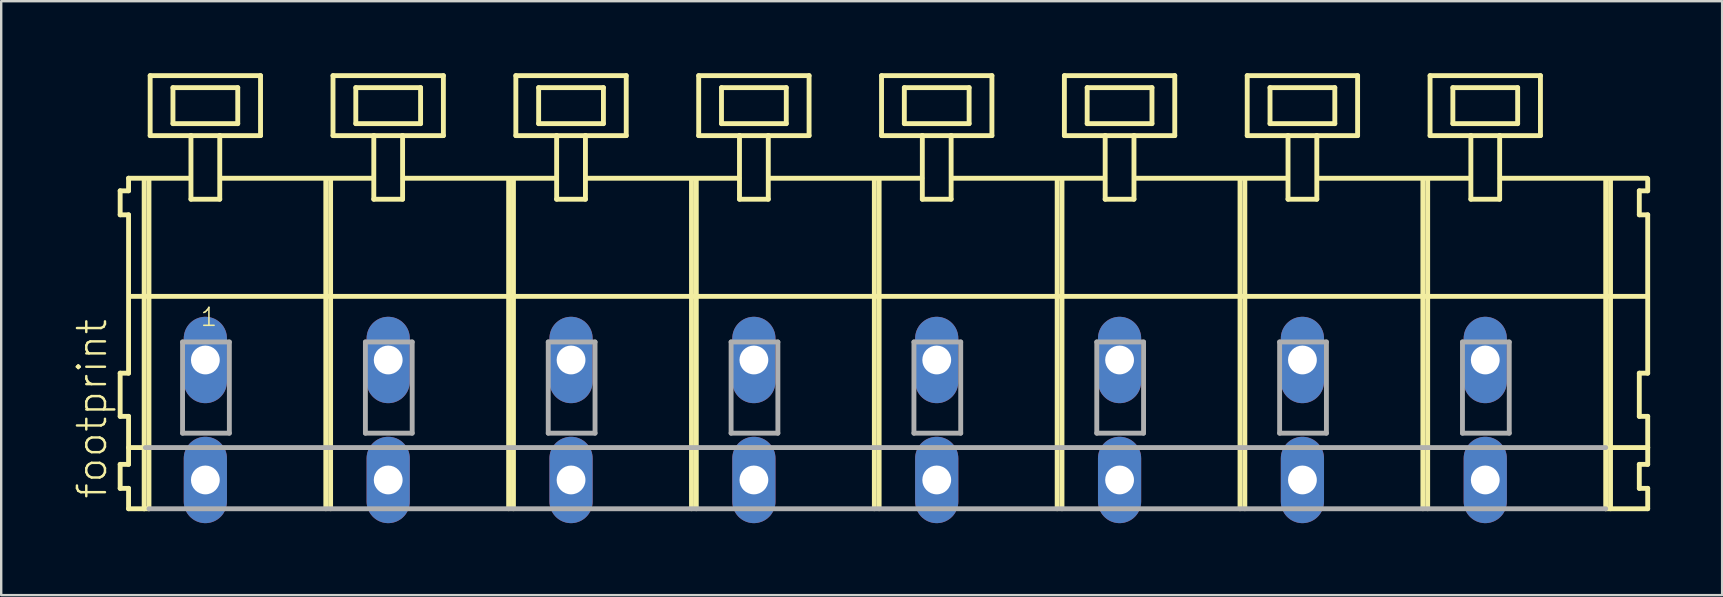
<source format=kicad_pcb>
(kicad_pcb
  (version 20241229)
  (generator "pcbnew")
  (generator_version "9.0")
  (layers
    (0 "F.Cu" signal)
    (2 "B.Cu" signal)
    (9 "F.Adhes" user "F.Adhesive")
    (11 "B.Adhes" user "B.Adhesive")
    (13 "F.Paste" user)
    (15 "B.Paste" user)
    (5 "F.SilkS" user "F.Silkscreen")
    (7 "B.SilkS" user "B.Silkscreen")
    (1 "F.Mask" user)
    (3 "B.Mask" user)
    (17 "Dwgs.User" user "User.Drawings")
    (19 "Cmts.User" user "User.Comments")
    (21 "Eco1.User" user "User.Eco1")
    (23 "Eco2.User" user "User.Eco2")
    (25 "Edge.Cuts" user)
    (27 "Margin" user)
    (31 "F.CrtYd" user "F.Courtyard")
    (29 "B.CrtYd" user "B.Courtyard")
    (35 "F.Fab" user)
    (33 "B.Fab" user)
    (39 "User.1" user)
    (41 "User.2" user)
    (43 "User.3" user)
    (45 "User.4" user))
  (footprint "footprint"
    (layer "F.Cu")
    (at 33.448 11.952)
    (property "Reference" "footprint" (at -31.975 5.855 90) (layer "F.SilkS") (effects (font (size 1.168 1.168) (thickness 0.102)) (justify left bottom)))
    (fp_line (start -31.49 -7.05) (end -31.49 -6.05) (stroke (width 0.203) (type solid)) (layer "F.SilkS"))
    (fp_line (start -31.49 -6.05) (end -31.14 -6.05) (stroke (width 0.203) (type solid)) (layer "F.SilkS"))
    (fp_line (start -31.49 0.55) (end -31.49 2.35) (stroke (width 0.203) (type solid)) (layer "F.SilkS"))
    (fp_line (start -31.49 2.35) (end -31.14 2.35) (stroke (width 0.203) (type solid)) (layer "F.SilkS"))
    (fp_line (start -31.49 4.35) (end -31.49 5.35) (stroke (width 0.203) (type solid)) (layer "F.SilkS"))
    (fp_line (start -31.49 5.35) (end -31.14 5.35) (stroke (width 0.203) (type solid)) (layer "F.SilkS"))
    (fp_line (start -31.14 -7.575) (end -31.14 -7.05) (stroke (width 0.203) (type solid)) (layer "F.SilkS"))
    (fp_line (start -31.14 -7.575) (end -28.565 -7.575) (stroke (width 0.203) (type solid)) (layer "F.SilkS"))
    (fp_line (start -31.14 -7.05) (end -31.49 -7.05) (stroke (width 0.203) (type solid)) (layer "F.SilkS"))
    (fp_line (start -31.14 -6.05) (end -31.14 0.55) (stroke (width 0.203) (type solid)) (layer "F.SilkS"))
    (fp_line (start -31.14 0.55) (end -31.49 0.55) (stroke (width 0.203) (type solid)) (layer "F.SilkS"))
    (fp_line (start -31.14 2.35) (end -31.14 4.35) (stroke (width 0.203) (type solid)) (layer "F.SilkS"))
    (fp_line (start -31.14 3.65) (end -30.44 3.65) (stroke (width 0.203) (type solid)) (layer "F.SilkS"))
    (fp_line (start -31.14 4.35) (end -31.49 4.35) (stroke (width 0.203) (type solid)) (layer "F.SilkS"))
    (fp_line (start -31.14 5.35) (end -31.14 6.2) (stroke (width 0.203) (type solid)) (layer "F.SilkS"))
    (fp_line (start -31.14 6.2) (end -30.49 6.2) (stroke (width 0.203) (type solid)) (layer "F.SilkS"))
    (fp_line (start -31.09 -2.65) (end 32.12 -2.65) (stroke (width 0.203) (type solid)) (layer "F.SilkS"))
    (fp_line (start -30.49 -7.55) (end -30.49 6.2) (stroke (width 0.203) (type solid)) (layer "F.SilkS"))
    (fp_line (start -30.49 6.2) (end -30.29 6.2) (stroke (width 0.203) (type solid)) (layer "F.SilkS"))
    (fp_line (start -30.29 -7.55) (end -30.29 6.2) (stroke (width 0.203) (type solid)) (layer "F.SilkS"))
    (fp_line (start -30.24 -11.85) (end -30.24 -9.35) (stroke (width 0.203) (type solid)) (layer "F.SilkS"))
    (fp_line (start -30.24 -9.35) (end -28.54 -9.35) (stroke (width 0.203) (type solid)) (layer "F.SilkS"))
    (fp_line (start -29.29 -11.35) (end -29.29 -9.85) (stroke (width 0.203) (type solid)) (layer "F.SilkS"))
    (fp_line (start -29.29 -9.85) (end -26.59 -9.85) (stroke (width 0.203) (type solid)) (layer "F.SilkS"))
    (fp_line (start -28.54 -9.35) (end -28.54 -6.7) (stroke (width 0.203) (type solid)) (layer "F.SilkS"))
    (fp_line (start -28.54 -9.35) (end -27.34 -9.35) (stroke (width 0.203) (type solid)) (layer "F.SilkS"))
    (fp_line (start -28.54 -6.7) (end -27.34 -6.7) (stroke (width 0.203) (type solid)) (layer "F.SilkS"))
    (fp_line (start -27.34 -9.35) (end -25.64 -9.35) (stroke (width 0.203) (type solid)) (layer "F.SilkS"))
    (fp_line (start -27.34 -6.7) (end -27.34 -9.35) (stroke (width 0.203) (type solid)) (layer "F.SilkS"))
    (fp_line (start -27.315 -7.575) (end -20.941 -7.575) (stroke (width 0.203) (type solid)) (layer "F.SilkS"))
    (fp_line (start -26.59 -11.35) (end -29.29 -11.35) (stroke (width 0.203) (type solid)) (layer "F.SilkS"))
    (fp_line (start -26.59 -9.85) (end -26.59 -11.35) (stroke (width 0.203) (type solid)) (layer "F.SilkS"))
    (fp_line (start -25.64 -11.85) (end -30.24 -11.85) (stroke (width 0.203) (type solid)) (layer "F.SilkS"))
    (fp_line (start -25.64 -9.35) (end -25.64 -11.85) (stroke (width 0.203) (type solid)) (layer "F.SilkS"))
    (fp_line (start -22.92 -7.55) (end -22.92 6.2) (stroke (width 0.203) (type solid)) (layer "F.SilkS"))
    (fp_line (start -22.72 -7.55) (end -22.72 6.2) (stroke (width 0.203) (type solid)) (layer "F.SilkS"))
    (fp_line (start -22.62 -11.85) (end -22.62 -9.35) (stroke (width 0.203) (type solid)) (layer "F.SilkS"))
    (fp_line (start -22.62 -9.35) (end -20.92 -9.35) (stroke (width 0.203) (type solid)) (layer "F.SilkS"))
    (fp_line (start -21.67 -11.35) (end -21.67 -9.85) (stroke (width 0.203) (type solid)) (layer "F.SilkS"))
    (fp_line (start -21.67 -9.85) (end -18.97 -9.85) (stroke (width 0.203) (type solid)) (layer "F.SilkS"))
    (fp_line (start -20.92 -9.35) (end -20.92 -6.7) (stroke (width 0.203) (type solid)) (layer "F.SilkS"))
    (fp_line (start -20.92 -9.35) (end -19.72 -9.35) (stroke (width 0.203) (type solid)) (layer "F.SilkS"))
    (fp_line (start -20.92 -6.7) (end -19.72 -6.7) (stroke (width 0.203) (type solid)) (layer "F.SilkS"))
    (fp_line (start -19.72 -9.35) (end -18.02 -9.35) (stroke (width 0.203) (type solid)) (layer "F.SilkS"))
    (fp_line (start -19.72 -6.7) (end -19.72 -9.35) (stroke (width 0.203) (type solid)) (layer "F.SilkS"))
    (fp_line (start -19.695 -7.575) (end -13.321 -7.575) (stroke (width 0.203) (type solid)) (layer "F.SilkS"))
    (fp_line (start -18.97 -11.35) (end -21.67 -11.35) (stroke (width 0.203) (type solid)) (layer "F.SilkS"))
    (fp_line (start -18.97 -9.85) (end -18.97 -11.35) (stroke (width 0.203) (type solid)) (layer "F.SilkS"))
    (fp_line (start -18.02 -11.85) (end -22.62 -11.85) (stroke (width 0.203) (type solid)) (layer "F.SilkS"))
    (fp_line (start -18.02 -9.35) (end -18.02 -11.85) (stroke (width 0.203) (type solid)) (layer "F.SilkS"))
    (fp_line (start -15.3 -7.55) (end -15.3 6.2) (stroke (width 0.203) (type solid)) (layer "F.SilkS"))
    (fp_line (start -15.1 -7.55) (end -15.1 6.2) (stroke (width 0.203) (type solid)) (layer "F.SilkS"))
    (fp_line (start -15 -11.85) (end -15 -9.35) (stroke (width 0.203) (type solid)) (layer "F.SilkS"))
    (fp_line (start -15 -9.35) (end -13.3 -9.35) (stroke (width 0.203) (type solid)) (layer "F.SilkS"))
    (fp_line (start -14.05 -11.35) (end -14.05 -9.85) (stroke (width 0.203) (type solid)) (layer "F.SilkS"))
    (fp_line (start -14.05 -9.85) (end -11.35 -9.85) (stroke (width 0.203) (type solid)) (layer "F.SilkS"))
    (fp_line (start -13.3 -9.35) (end -13.3 -6.7) (stroke (width 0.203) (type solid)) (layer "F.SilkS"))
    (fp_line (start -13.3 -9.35) (end -12.1 -9.35) (stroke (width 0.203) (type solid)) (layer "F.SilkS"))
    (fp_line (start -13.3 -6.7) (end -12.1 -6.7) (stroke (width 0.203) (type solid)) (layer "F.SilkS"))
    (fp_line (start -12.1 -9.35) (end -10.4 -9.35) (stroke (width 0.203) (type solid)) (layer "F.SilkS"))
    (fp_line (start -12.1 -6.7) (end -12.1 -9.35) (stroke (width 0.203) (type solid)) (layer "F.SilkS"))
    (fp_line (start -12.075 -7.575) (end -5.701 -7.575) (stroke (width 0.203) (type solid)) (layer "F.SilkS"))
    (fp_line (start -11.35 -11.35) (end -14.05 -11.35) (stroke (width 0.203) (type solid)) (layer "F.SilkS"))
    (fp_line (start -11.35 -9.85) (end -11.35 -11.35) (stroke (width 0.203) (type solid)) (layer "F.SilkS"))
    (fp_line (start -10.4 -11.85) (end -15 -11.85) (stroke (width 0.203) (type solid)) (layer "F.SilkS"))
    (fp_line (start -10.4 -9.35) (end -10.4 -11.85) (stroke (width 0.203) (type solid)) (layer "F.SilkS"))
    (fp_line (start -7.68 -7.55) (end -7.68 6.2) (stroke (width 0.203) (type solid)) (layer "F.SilkS"))
    (fp_line (start -7.48 -7.55) (end -7.48 6.2) (stroke (width 0.203) (type solid)) (layer "F.SilkS"))
    (fp_line (start -7.38 -11.85) (end -7.38 -9.35) (stroke (width 0.203) (type solid)) (layer "F.SilkS"))
    (fp_line (start -7.38 -9.35) (end -5.68 -9.35) (stroke (width 0.203) (type solid)) (layer "F.SilkS"))
    (fp_line (start -6.43 -11.35) (end -6.43 -9.85) (stroke (width 0.203) (type solid)) (layer "F.SilkS"))
    (fp_line (start -6.43 -9.85) (end -3.73 -9.85) (stroke (width 0.203) (type solid)) (layer "F.SilkS"))
    (fp_line (start -5.68 -9.35) (end -5.68 -6.7) (stroke (width 0.203) (type solid)) (layer "F.SilkS"))
    (fp_line (start -5.68 -9.35) (end -4.48 -9.35) (stroke (width 0.203) (type solid)) (layer "F.SilkS"))
    (fp_line (start -5.68 -6.7) (end -4.48 -6.7) (stroke (width 0.203) (type solid)) (layer "F.SilkS"))
    (fp_line (start -4.48 -9.35) (end -2.78 -9.35) (stroke (width 0.203) (type solid)) (layer "F.SilkS"))
    (fp_line (start -4.48 -6.7) (end -4.48 -9.35) (stroke (width 0.203) (type solid)) (layer "F.SilkS"))
    (fp_line (start -4.455 -7.575) (end 1.919 -7.575) (stroke (width 0.203) (type solid)) (layer "F.SilkS"))
    (fp_line (start -3.73 -11.35) (end -6.43 -11.35) (stroke (width 0.203) (type solid)) (layer "F.SilkS"))
    (fp_line (start -3.73 -9.85) (end -3.73 -11.35) (stroke (width 0.203) (type solid)) (layer "F.SilkS"))
    (fp_line (start -2.78 -11.85) (end -7.38 -11.85) (stroke (width 0.203) (type solid)) (layer "F.SilkS"))
    (fp_line (start -2.78 -9.35) (end -2.78 -11.85) (stroke (width 0.203) (type solid)) (layer "F.SilkS"))
    (fp_line (start -0.06 -7.55) (end -0.06 6.2) (stroke (width 0.203) (type solid)) (layer "F.SilkS"))
    (fp_line (start 0.14 -7.55) (end 0.14 6.2) (stroke (width 0.203) (type solid)) (layer "F.SilkS"))
    (fp_line (start 0.24 -11.85) (end 0.24 -9.35) (stroke (width 0.203) (type solid)) (layer "F.SilkS"))
    (fp_line (start 0.24 -9.35) (end 1.94 -9.35) (stroke (width 0.203) (type solid)) (layer "F.SilkS"))
    (fp_line (start 1.19 -11.35) (end 1.19 -9.85) (stroke (width 0.203) (type solid)) (layer "F.SilkS"))
    (fp_line (start 1.19 -9.85) (end 3.89 -9.85) (stroke (width 0.203) (type solid)) (layer "F.SilkS"))
    (fp_line (start 1.94 -9.35) (end 1.94 -6.7) (stroke (width 0.203) (type solid)) (layer "F.SilkS"))
    (fp_line (start 1.94 -9.35) (end 3.14 -9.35) (stroke (width 0.203) (type solid)) (layer "F.SilkS"))
    (fp_line (start 1.94 -6.7) (end 3.14 -6.7) (stroke (width 0.203) (type solid)) (layer "F.SilkS"))
    (fp_line (start 3.14 -9.35) (end 4.84 -9.35) (stroke (width 0.203) (type solid)) (layer "F.SilkS"))
    (fp_line (start 3.14 -6.7) (end 3.14 -9.35) (stroke (width 0.203) (type solid)) (layer "F.SilkS"))
    (fp_line (start 3.165 -7.575) (end 9.539 -7.575) (stroke (width 0.203) (type solid)) (layer "F.SilkS"))
    (fp_line (start 3.89 -11.35) (end 1.19 -11.35) (stroke (width 0.203) (type solid)) (layer "F.SilkS"))
    (fp_line (start 3.89 -9.85) (end 3.89 -11.35) (stroke (width 0.203) (type solid)) (layer "F.SilkS"))
    (fp_line (start 4.84 -11.85) (end 0.24 -11.85) (stroke (width 0.203) (type solid)) (layer "F.SilkS"))
    (fp_line (start 4.84 -9.35) (end 4.84 -11.85) (stroke (width 0.203) (type solid)) (layer "F.SilkS"))
    (fp_line (start 7.56 -7.55) (end 7.56 6.2) (stroke (width 0.203) (type solid)) (layer "F.SilkS"))
    (fp_line (start 7.76 -7.55) (end 7.76 6.2) (stroke (width 0.203) (type solid)) (layer "F.SilkS"))
    (fp_line (start 7.86 -11.85) (end 7.86 -9.35) (stroke (width 0.203) (type solid)) (layer "F.SilkS"))
    (fp_line (start 7.86 -9.35) (end 9.56 -9.35) (stroke (width 0.203) (type solid)) (layer "F.SilkS"))
    (fp_line (start 8.81 -11.35) (end 8.81 -9.85) (stroke (width 0.203) (type solid)) (layer "F.SilkS"))
    (fp_line (start 8.81 -9.85) (end 11.51 -9.85) (stroke (width 0.203) (type solid)) (layer "F.SilkS"))
    (fp_line (start 9.56 -9.35) (end 9.56 -6.7) (stroke (width 0.203) (type solid)) (layer "F.SilkS"))
    (fp_line (start 9.56 -9.35) (end 10.76 -9.35) (stroke (width 0.203) (type solid)) (layer "F.SilkS"))
    (fp_line (start 9.56 -6.7) (end 10.76 -6.7) (stroke (width 0.203) (type solid)) (layer "F.SilkS"))
    (fp_line (start 10.76 -9.35) (end 12.46 -9.35) (stroke (width 0.203) (type solid)) (layer "F.SilkS"))
    (fp_line (start 10.76 -6.7) (end 10.76 -9.35) (stroke (width 0.203) (type solid)) (layer "F.SilkS"))
    (fp_line (start 10.785 -7.575) (end 17.159 -7.575) (stroke (width 0.203) (type solid)) (layer "F.SilkS"))
    (fp_line (start 11.51 -11.35) (end 8.81 -11.35) (stroke (width 0.203) (type solid)) (layer "F.SilkS"))
    (fp_line (start 11.51 -9.85) (end 11.51 -11.35) (stroke (width 0.203) (type solid)) (layer "F.SilkS"))
    (fp_line (start 12.46 -11.85) (end 7.86 -11.85) (stroke (width 0.203) (type solid)) (layer "F.SilkS"))
    (fp_line (start 12.46 -9.35) (end 12.46 -11.85) (stroke (width 0.203) (type solid)) (layer "F.SilkS"))
    (fp_line (start 15.18 -7.55) (end 15.18 6.2) (stroke (width 0.203) (type solid)) (layer "F.SilkS"))
    (fp_line (start 15.38 -7.55) (end 15.38 6.2) (stroke (width 0.203) (type solid)) (layer "F.SilkS"))
    (fp_line (start 15.48 -11.85) (end 15.48 -9.35) (stroke (width 0.203) (type solid)) (layer "F.SilkS"))
    (fp_line (start 15.48 -9.35) (end 17.18 -9.35) (stroke (width 0.203) (type solid)) (layer "F.SilkS"))
    (fp_line (start 16.43 -11.35) (end 16.43 -9.85) (stroke (width 0.203) (type solid)) (layer "F.SilkS"))
    (fp_line (start 16.43 -9.85) (end 19.13 -9.85) (stroke (width 0.203) (type solid)) (layer "F.SilkS"))
    (fp_line (start 17.18 -9.35) (end 17.18 -6.7) (stroke (width 0.203) (type solid)) (layer "F.SilkS"))
    (fp_line (start 17.18 -9.35) (end 18.38 -9.35) (stroke (width 0.203) (type solid)) (layer "F.SilkS"))
    (fp_line (start 17.18 -6.7) (end 18.38 -6.7) (stroke (width 0.203) (type solid)) (layer "F.SilkS"))
    (fp_line (start 18.38 -9.35) (end 20.08 -9.35) (stroke (width 0.203) (type solid)) (layer "F.SilkS"))
    (fp_line (start 18.38 -6.7) (end 18.38 -9.35) (stroke (width 0.203) (type solid)) (layer "F.SilkS"))
    (fp_line (start 18.405 -7.575) (end 24.779 -7.575) (stroke (width 0.203) (type solid)) (layer "F.SilkS"))
    (fp_line (start 19.13 -11.35) (end 16.43 -11.35) (stroke (width 0.203) (type solid)) (layer "F.SilkS"))
    (fp_line (start 19.13 -9.85) (end 19.13 -11.35) (stroke (width 0.203) (type solid)) (layer "F.SilkS"))
    (fp_line (start 20.08 -11.85) (end 15.48 -11.85) (stroke (width 0.203) (type solid)) (layer "F.SilkS"))
    (fp_line (start 20.08 -9.35) (end 20.08 -11.85) (stroke (width 0.203) (type solid)) (layer "F.SilkS"))
    (fp_line (start 22.8 -7.55) (end 22.8 6.2) (stroke (width 0.203) (type solid)) (layer "F.SilkS"))
    (fp_line (start 23 -7.55) (end 23 6.2) (stroke (width 0.203) (type solid)) (layer "F.SilkS"))
    (fp_line (start 23.1 -11.85) (end 23.1 -9.35) (stroke (width 0.203) (type solid)) (layer "F.SilkS"))
    (fp_line (start 23.1 -9.35) (end 24.8 -9.35) (stroke (width 0.203) (type solid)) (layer "F.SilkS"))
    (fp_line (start 24.05 -11.35) (end 24.05 -9.85) (stroke (width 0.203) (type solid)) (layer "F.SilkS"))
    (fp_line (start 24.05 -9.85) (end 26.75 -9.85) (stroke (width 0.203) (type solid)) (layer "F.SilkS"))
    (fp_line (start 24.8 -9.35) (end 24.8 -6.7) (stroke (width 0.203) (type solid)) (layer "F.SilkS"))
    (fp_line (start 24.8 -9.35) (end 26 -9.35) (stroke (width 0.203) (type solid)) (layer "F.SilkS"))
    (fp_line (start 24.8 -6.7) (end 26 -6.7) (stroke (width 0.203) (type solid)) (layer "F.SilkS"))
    (fp_line (start 26 -9.35) (end 27.7 -9.35) (stroke (width 0.203) (type solid)) (layer "F.SilkS"))
    (fp_line (start 26 -6.7) (end 26 -9.35) (stroke (width 0.203) (type solid)) (layer "F.SilkS"))
    (fp_line (start 26.025 -7.575) (end 32.145 -7.575) (stroke (width 0.203) (type solid)) (layer "F.SilkS"))
    (fp_line (start 26.75 -11.35) (end 24.05 -11.35) (stroke (width 0.203) (type solid)) (layer "F.SilkS"))
    (fp_line (start 26.75 -9.85) (end 26.75 -11.35) (stroke (width 0.203) (type solid)) (layer "F.SilkS"))
    (fp_line (start 27.7 -11.85) (end 23.1 -11.85) (stroke (width 0.203) (type solid)) (layer "F.SilkS"))
    (fp_line (start 27.7 -9.35) (end 27.7 -11.85) (stroke (width 0.203) (type solid)) (layer "F.SilkS"))
    (fp_line (start 30.42 -7.55) (end 30.42 6.2) (stroke (width 0.203) (type solid)) (layer "F.SilkS"))
    (fp_line (start 30.42 6.2) (end 32.17 6.2) (stroke (width 0.203) (type solid)) (layer "F.SilkS"))
    (fp_line (start 30.47 3.65) (end 32.17 3.65) (stroke (width 0.203) (type solid)) (layer "F.SilkS"))
    (fp_line (start 30.62 -7.55) (end 30.62 6.2) (stroke (width 0.203) (type solid)) (layer "F.SilkS"))
    (fp_line (start 31.82 -7.05) (end 31.82 -6.05) (stroke (width 0.203) (type solid)) (layer "F.SilkS"))
    (fp_line (start 31.82 -6.05) (end 32.17 -6.05) (stroke (width 0.203) (type solid)) (layer "F.SilkS"))
    (fp_line (start 31.82 0.55) (end 31.82 2.35) (stroke (width 0.203) (type solid)) (layer "F.SilkS"))
    (fp_line (start 31.82 2.35) (end 32.17 2.35) (stroke (width 0.203) (type solid)) (layer "F.SilkS"))
    (fp_line (start 31.82 4.35) (end 31.82 5.35) (stroke (width 0.203) (type solid)) (layer "F.SilkS"))
    (fp_line (start 31.82 5.35) (end 32.17 5.35) (stroke (width 0.203) (type solid)) (layer "F.SilkS"))
    (fp_line (start 32.17 -7.05) (end 31.82 -7.05) (stroke (width 0.203) (type solid)) (layer "F.SilkS"))
    (fp_line (start 32.17 -7.05) (end 32.17 -7.55) (stroke (width 0.203) (type solid)) (layer "F.SilkS"))
    (fp_line (start 32.17 0.55) (end 31.82 0.55) (stroke (width 0.203) (type solid)) (layer "F.SilkS"))
    (fp_line (start 32.17 0.55) (end 32.17 -6.05) (stroke (width 0.203) (type solid)) (layer "F.SilkS"))
    (fp_line (start 32.17 3.65) (end 32.17 2.35) (stroke (width 0.203) (type solid)) (layer "F.SilkS"))
    (fp_line (start 32.17 4.35) (end 31.82 4.35) (stroke (width 0.203) (type solid)) (layer "F.SilkS"))
    (fp_line (start 32.17 4.35) (end 32.17 3.65) (stroke (width 0.203) (type solid)) (layer "F.SilkS"))
    (fp_line (start 32.17 6.2) (end 32.17 5.35) (stroke (width 0.203) (type solid)) (layer "F.SilkS"))
    (fp_line (start -30.44 3.65) (end 30.42 3.65) (stroke (width 0.203) (type solid)) (layer "F.Fab"))
    (fp_line (start -30.29 6.2) (end 30.42 6.2) (stroke (width 0.203) (type solid)) (layer "F.Fab"))
    (fp_line (start -28.89 -0.75) (end -28.89 3.05) (stroke (width 0.203) (type solid)) (layer "F.Fab"))
    (fp_line (start -28.89 3.05) (end -26.94 3.05) (stroke (width 0.203) (type solid)) (layer "F.Fab"))
    (fp_line (start -26.94 -0.75) (end -28.89 -0.75) (stroke (width 0.203) (type solid)) (layer "F.Fab"))
    (fp_line (start -26.94 3.05) (end -26.94 -0.75) (stroke (width 0.203) (type solid)) (layer "F.Fab"))
    (fp_line (start -21.27 -0.75) (end -21.27 3.05) (stroke (width 0.203) (type solid)) (layer "F.Fab"))
    (fp_line (start -21.27 3.05) (end -19.32 3.05) (stroke (width 0.203) (type solid)) (layer "F.Fab"))
    (fp_line (start -19.32 -0.75) (end -21.27 -0.75) (stroke (width 0.203) (type solid)) (layer "F.Fab"))
    (fp_line (start -19.32 3.05) (end -19.32 -0.75) (stroke (width 0.203) (type solid)) (layer "F.Fab"))
    (fp_line (start -13.65 -0.75) (end -13.65 3.05) (stroke (width 0.203) (type solid)) (layer "F.Fab"))
    (fp_line (start -13.65 3.05) (end -11.7 3.05) (stroke (width 0.203) (type solid)) (layer "F.Fab"))
    (fp_line (start -11.7 -0.75) (end -13.65 -0.75) (stroke (width 0.203) (type solid)) (layer "F.Fab"))
    (fp_line (start -11.7 3.05) (end -11.7 -0.75) (stroke (width 0.203) (type solid)) (layer "F.Fab"))
    (fp_line (start -6.03 -0.75) (end -6.03 3.05) (stroke (width 0.203) (type solid)) (layer "F.Fab"))
    (fp_line (start -6.03 3.05) (end -4.08 3.05) (stroke (width 0.203) (type solid)) (layer "F.Fab"))
    (fp_line (start -4.08 -0.75) (end -6.03 -0.75) (stroke (width 0.203) (type solid)) (layer "F.Fab"))
    (fp_line (start -4.08 3.05) (end -4.08 -0.75) (stroke (width 0.203) (type solid)) (layer "F.Fab"))
    (fp_line (start 1.59 -0.75) (end 1.59 3.05) (stroke (width 0.203) (type solid)) (layer "F.Fab"))
    (fp_line (start 1.59 3.05) (end 3.54 3.05) (stroke (width 0.203) (type solid)) (layer "F.Fab"))
    (fp_line (start 3.54 -0.75) (end 1.59 -0.75) (stroke (width 0.203) (type solid)) (layer "F.Fab"))
    (fp_line (start 3.54 3.05) (end 3.54 -0.75) (stroke (width 0.203) (type solid)) (layer "F.Fab"))
    (fp_line (start 9.21 -0.75) (end 9.21 3.05) (stroke (width 0.203) (type solid)) (layer "F.Fab"))
    (fp_line (start 9.21 3.05) (end 11.16 3.05) (stroke (width 0.203) (type solid)) (layer "F.Fab"))
    (fp_line (start 11.16 -0.75) (end 9.21 -0.75) (stroke (width 0.203) (type solid)) (layer "F.Fab"))
    (fp_line (start 11.16 3.05) (end 11.16 -0.75) (stroke (width 0.203) (type solid)) (layer "F.Fab"))
    (fp_line (start 16.83 -0.75) (end 16.83 3.05) (stroke (width 0.203) (type solid)) (layer "F.Fab"))
    (fp_line (start 16.83 3.05) (end 18.78 3.05) (stroke (width 0.203) (type solid)) (layer "F.Fab"))
    (fp_line (start 18.78 -0.75) (end 16.83 -0.75) (stroke (width 0.203) (type solid)) (layer "F.Fab"))
    (fp_line (start 18.78 3.05) (end 18.78 -0.75) (stroke (width 0.203) (type solid)) (layer "F.Fab"))
    (fp_line (start 24.45 -0.75) (end 24.45 3.05) (stroke (width 0.203) (type solid)) (layer "F.Fab"))
    (fp_line (start 24.45 3.05) (end 26.4 3.05) (stroke (width 0.203) (type solid)) (layer "F.Fab"))
    (fp_line (start 26.4 -0.75) (end 24.45 -0.75) (stroke (width 0.203) (type solid)) (layer "F.Fab"))
    (fp_line (start 26.4 3.05) (end 26.4 -0.75) (stroke (width 0.203) (type solid)) (layer "F.Fab"))
    (fp_text user "1" (at -28.19 -1.35 0) (layer "F.SilkS") (effects (font (size 0.748 0.748) (thickness 0.065)) (justify left bottom)))
    (pad "A1" thru_hole oval (at -27.94 0 90) (size 3.6 1.8) (drill 1.2) (layers "*.Cu" "*.Mask"))
    (pad "A2" thru_hole oval (at -20.32 0 90) (size 3.6 1.8) (drill 1.2) (layers "*.Cu" "*.Mask"))
    (pad "A3" thru_hole oval (at -12.7 0 90) (size 3.6 1.8) (drill 1.2) (layers "*.Cu" "*.Mask"))
    (pad "A4" thru_hole oval (at -5.08 0 90) (size 3.6 1.8) (drill 1.2) (layers "*.Cu" "*.Mask"))
    (pad "A5" thru_hole oval (at 2.54 0 90) (size 3.6 1.8) (drill 1.2) (layers "*.Cu" "*.Mask"))
    (pad "A6" thru_hole oval (at 10.16 0 90) (size 3.6 1.8) (drill 1.2) (layers "*.Cu" "*.Mask"))
    (pad "A7" thru_hole oval (at 17.78 0 90) (size 3.6 1.8) (drill 1.2) (layers "*.Cu" "*.Mask"))
    (pad "A8" thru_hole oval (at 25.4 0 90) (size 3.6 1.8) (drill 1.2) (layers "*.Cu" "*.Mask"))
    (pad "B1" thru_hole oval (at -27.94 5 90) (size 3.6 1.8) (drill 1.2) (layers "*.Cu" "*.Mask"))
    (pad "B2" thru_hole oval (at -20.32 5 90) (size 3.6 1.8) (drill 1.2) (layers "*.Cu" "*.Mask"))
    (pad "B3" thru_hole oval (at -12.7 5 90) (size 3.6 1.8) (drill 1.2) (layers "*.Cu" "*.Mask"))
    (pad "B4" thru_hole oval (at -5.08 5 90) (size 3.6 1.8) (drill 1.2) (layers "*.Cu" "*.Mask"))
    (pad "B5" thru_hole oval (at 2.54 5 90) (size 3.6 1.8) (drill 1.2) (layers "*.Cu" "*.Mask"))
    (pad "B6" thru_hole oval (at 10.16 5 90) (size 3.6 1.8) (drill 1.2) (layers "*.Cu" "*.Mask"))
    (pad "B7" thru_hole oval (at 17.78 5 90) (size 3.6 1.8) (drill 1.2) (layers "*.Cu" "*.Mask"))
    (pad "B8" thru_hole oval (at 25.4 5 90) (size 3.6 1.8) (drill 1.2) (layers "*.Cu" "*.Mask")))
  (gr_rect
    (start -3 -3)
    (end 68.72 21.752)
    (stroke (width 0.1) (type default))
    (fill no)
    (layer "Edge.Cuts")))
</source>
